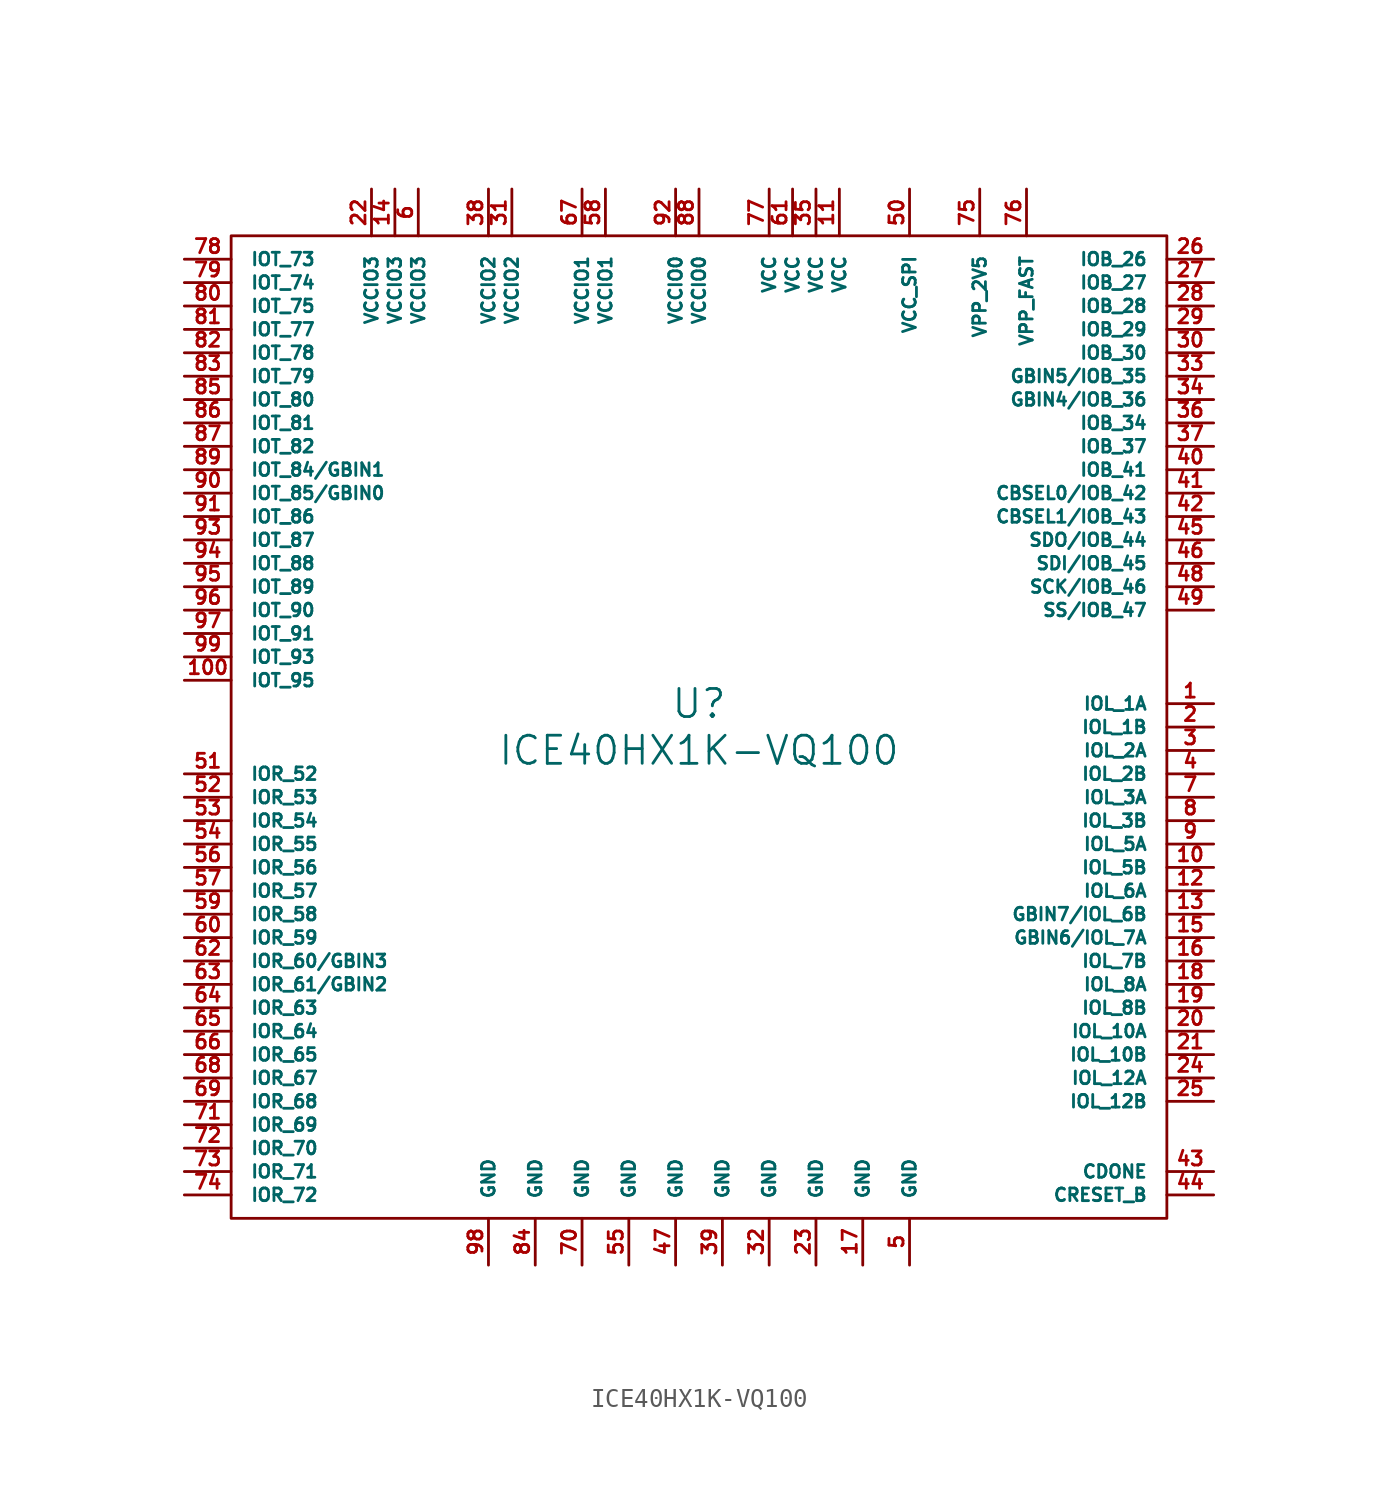
<source format=kicad_sym>
(kicad_symbol_lib
  (version 20220914)
  (generator kicad_symbol_editor)
  (symbol "ICE40HX1K-VQ100"
    (pin_names
      (offset 1.016))
    (property "Reference" "U"
      (at 0 1.27 0)
      (effects (font (size 1.524 1.524))))
    (property "Value" "ICE40HX1K-VQ100"
      (at 0 -1.27 0)
      (effects (font (size 1.524 1.524))))
    (property "Footprint" ""
      (at 0 3.81 0)
      (effects (font (size 1.524 1.524))))
    (property "Datasheet" ""
      (at 0 0 0)
      (effects (font (size 1.524 1.524))))
    (symbol "ICE40HX1K-VQ100_0_1"
      (rectangle (start -25.4 26.67) (end 25.4 -26.67) (stroke (width 0) (type solid)) (fill (type none))))
    (symbol "ICE40HX1K-VQ100_1_1"
      (pin passive line (at 27.94 1.27 180) (length 2.54) (name "IOL_1A" (effects (font (size 0.686 0.686)))) (number "1" (effects (font (size 0.762 0.762)))))
      (pin passive line (at 27.94 -7.62 180) (length 2.54) (name "IOL_5B" (effects (font (size 0.686 0.686)))) (number "10" (effects (font (size 0.762 0.762)))))
      (pin passive line (at -27.94 2.54 0) (length 2.54) (name "IOT_95" (effects (font (size 0.686 0.686)))) (number "100" (effects (font (size 0.762 0.762)))))
      (pin passive line (at 7.62 29.21 270) (length 2.54) (name "VCC" (effects (font (size 0.686 0.686)))) (number "11" (effects (font (size 0.762 0.762)))))
      (pin passive line (at 27.94 -8.89 180) (length 2.54) (name "IOL_6A" (effects (font (size 0.686 0.686)))) (number "12" (effects (font (size 0.762 0.762)))))
      (pin passive line (at 27.94 -10.16 180) (length 2.54) (name "GBIN7/IOL_6B" (effects (font (size 0.686 0.686)))) (number "13" (effects (font (size 0.762 0.762)))))
      (pin passive line (at -16.51 29.21 270) (length 2.54) (name "VCCIO3" (effects (font (size 0.686 0.686)))) (number "14" (effects (font (size 0.762 0.762)))))
      (pin passive line (at 27.94 -11.43 180) (length 2.54) (name "GBIN6/IOL_7A" (effects (font (size 0.686 0.686)))) (number "15" (effects (font (size 0.762 0.762)))))
      (pin passive line (at 27.94 -12.7 180) (length 2.54) (name "IOL_7B" (effects (font (size 0.686 0.686)))) (number "16" (effects (font (size 0.762 0.762)))))
      (pin passive line (at 8.89 -29.21 90) (length 2.54) (name "GND" (effects (font (size 0.686 0.686)))) (number "17" (effects (font (size 0.762 0.762)))))
      (pin passive line (at 27.94 -13.97 180) (length 2.54) (name "IOL_8A" (effects (font (size 0.686 0.686)))) (number "18" (effects (font (size 0.762 0.762)))))
      (pin passive line (at 27.94 -15.24 180) (length 2.54) (name "IOL_8B" (effects (font (size 0.686 0.686)))) (number "19" (effects (font (size 0.762 0.762)))))
      (pin passive line (at 27.94 0 180) (length 2.54) (name "IOL_1B" (effects (font (size 0.686 0.686)))) (number "2" (effects (font (size 0.762 0.762)))))
      (pin passive line (at 27.94 -16.51 180) (length 2.54) (name "IOL_10A" (effects (font (size 0.686 0.686)))) (number "20" (effects (font (size 0.762 0.762)))))
      (pin passive line (at 27.94 -17.78 180) (length 2.54) (name "IOL_10B" (effects (font (size 0.686 0.686)))) (number "21" (effects (font (size 0.762 0.762)))))
      (pin passive line (at -17.78 29.21 270) (length 2.54) (name "VCCIO3" (effects (font (size 0.686 0.686)))) (number "22" (effects (font (size 0.762 0.762)))))
      (pin passive line (at 6.35 -29.21 90) (length 2.54) (name "GND" (effects (font (size 0.686 0.686)))) (number "23" (effects (font (size 0.762 0.762)))))
      (pin passive line (at 27.94 -19.05 180) (length 2.54) (name "IOL_12A" (effects (font (size 0.686 0.686)))) (number "24" (effects (font (size 0.762 0.762)))))
      (pin passive line (at 27.94 -20.32 180) (length 2.54) (name "IOL_12B" (effects (font (size 0.686 0.686)))) (number "25" (effects (font (size 0.762 0.762)))))
      (pin passive line (at 27.94 25.4 180) (length 2.54) (name "IOB_26" (effects (font (size 0.686 0.686)))) (number "26" (effects (font (size 0.762 0.762)))))
      (pin passive line (at 27.94 24.13 180) (length 2.54) (name "IOB_27" (effects (font (size 0.686 0.686)))) (number "27" (effects (font (size 0.762 0.762)))))
      (pin passive line (at 27.94 22.86 180) (length 2.54) (name "IOB_28" (effects (font (size 0.686 0.686)))) (number "28" (effects (font (size 0.762 0.762)))))
      (pin passive line (at 27.94 21.59 180) (length 2.54) (name "IOB_29" (effects (font (size 0.686 0.686)))) (number "29" (effects (font (size 0.762 0.762)))))
      (pin passive line (at 27.94 -1.27 180) (length 2.54) (name "IOL_2A" (effects (font (size 0.686 0.686)))) (number "3" (effects (font (size 0.762 0.762)))))
      (pin passive line (at 27.94 20.32 180) (length 2.54) (name "IOB_30" (effects (font (size 0.686 0.686)))) (number "30" (effects (font (size 0.762 0.762)))))
      (pin passive line (at -10.16 29.21 270) (length 2.54) (name "VCCIO2" (effects (font (size 0.686 0.686)))) (number "31" (effects (font (size 0.762 0.762)))))
      (pin passive line (at 3.81 -29.21 90) (length 2.54) (name "GND" (effects (font (size 0.686 0.686)))) (number "32" (effects (font (size 0.762 0.762)))))
      (pin passive line (at 27.94 19.05 180) (length 2.54) (name "GBIN5/IOB_35" (effects (font (size 0.686 0.686)))) (number "33" (effects (font (size 0.762 0.762)))))
      (pin passive line (at 27.94 17.78 180) (length 2.54) (name "GBIN4/IOB_36" (effects (font (size 0.686 0.686)))) (number "34" (effects (font (size 0.762 0.762)))))
      (pin passive line (at 6.35 29.21 270) (length 2.54) (name "VCC" (effects (font (size 0.686 0.686)))) (number "35" (effects (font (size 0.762 0.762)))))
      (pin passive line (at 27.94 16.51 180) (length 2.54) (name "IOB_34" (effects (font (size 0.686 0.686)))) (number "36" (effects (font (size 0.762 0.762)))))
      (pin passive line (at 27.94 15.24 180) (length 2.54) (name "IOB_37" (effects (font (size 0.686 0.686)))) (number "37" (effects (font (size 0.762 0.762)))))
      (pin passive line (at -11.43 29.21 270) (length 2.54) (name "VCCIO2" (effects (font (size 0.686 0.686)))) (number "38" (effects (font (size 0.762 0.762)))))
      (pin passive line (at 1.27 -29.21 90) (length 2.54) (name "GND" (effects (font (size 0.686 0.686)))) (number "39" (effects (font (size 0.762 0.762)))))
      (pin passive line (at 27.94 -2.54 180) (length 2.54) (name "IOL_2B" (effects (font (size 0.686 0.686)))) (number "4" (effects (font (size 0.762 0.762)))))
      (pin passive line (at 27.94 13.97 180) (length 2.54) (name "IOB_41" (effects (font (size 0.686 0.686)))) (number "40" (effects (font (size 0.762 0.762)))))
      (pin passive line (at 27.94 12.7 180) (length 2.54) (name "CBSEL0/IOB_42" (effects (font (size 0.686 0.686)))) (number "41" (effects (font (size 0.762 0.762)))))
      (pin passive line (at 27.94 11.43 180) (length 2.54) (name "CBSEL1/IOB_43" (effects (font (size 0.686 0.686)))) (number "42" (effects (font (size 0.762 0.762)))))
      (pin passive line (at 27.94 -24.13 180) (length 2.54) (name "CDONE" (effects (font (size 0.686 0.686)))) (number "43" (effects (font (size 0.762 0.762)))))
      (pin passive line (at 27.94 -25.4 180) (length 2.54) (name "CRESET_B" (effects (font (size 0.686 0.686)))) (number "44" (effects (font (size 0.762 0.762)))))
      (pin passive line (at 27.94 10.16 180) (length 2.54) (name "SDO/IOB_44" (effects (font (size 0.686 0.686)))) (number "45" (effects (font (size 0.762 0.762)))))
      (pin passive line (at 27.94 8.89 180) (length 2.54) (name "SDI/IOB_45" (effects (font (size 0.686 0.686)))) (number "46" (effects (font (size 0.762 0.762)))))
      (pin passive line (at -1.27 -29.21 90) (length 2.54) (name "GND" (effects (font (size 0.686 0.686)))) (number "47" (effects (font (size 0.762 0.762)))))
      (pin passive line (at 27.94 7.62 180) (length 2.54) (name "SCK/IOB_46" (effects (font (size 0.686 0.686)))) (number "48" (effects (font (size 0.762 0.762)))))
      (pin passive line (at 27.94 6.35 180) (length 2.54) (name "SS/IOB_47" (effects (font (size 0.686 0.686)))) (number "49" (effects (font (size 0.762 0.762)))))
      (pin passive line (at 11.43 -29.21 90) (length 2.54) (name "GND" (effects (font (size 0.686 0.686)))) (number "5" (effects (font (size 0.762 0.762)))))
      (pin passive line (at 11.43 29.21 270) (length 2.54) (name "VCC_SPI" (effects (font (size 0.686 0.686)))) (number "50" (effects (font (size 0.762 0.762)))))
      (pin passive line (at -27.94 -2.54 0) (length 2.54) (name "IOR_52" (effects (font (size 0.686 0.686)))) (number "51" (effects (font (size 0.762 0.762)))))
      (pin passive line (at -27.94 -3.81 0) (length 2.54) (name "IOR_53" (effects (font (size 0.686 0.686)))) (number "52" (effects (font (size 0.762 0.762)))))
      (pin passive line (at -27.94 -5.08 0) (length 2.54) (name "IOR_54" (effects (font (size 0.686 0.686)))) (number "53" (effects (font (size 0.762 0.762)))))
      (pin passive line (at -27.94 -6.35 0) (length 2.54) (name "IOR_55" (effects (font (size 0.686 0.686)))) (number "54" (effects (font (size 0.762 0.762)))))
      (pin passive line (at -3.81 -29.21 90) (length 2.54) (name "GND" (effects (font (size 0.686 0.686)))) (number "55" (effects (font (size 0.762 0.762)))))
      (pin passive line (at -27.94 -7.62 0) (length 2.54) (name "IOR_56" (effects (font (size 0.686 0.686)))) (number "56" (effects (font (size 0.762 0.762)))))
      (pin passive line (at -27.94 -8.89 0) (length 2.54) (name "IOR_57" (effects (font (size 0.686 0.686)))) (number "57" (effects (font (size 0.762 0.762)))))
      (pin passive line (at -5.08 29.21 270) (length 2.54) (name "VCCIO1" (effects (font (size 0.686 0.686)))) (number "58" (effects (font (size 0.762 0.762)))))
      (pin passive line (at -27.94 -10.16 0) (length 2.54) (name "IOR_58" (effects (font (size 0.686 0.686)))) (number "59" (effects (font (size 0.762 0.762)))))
      (pin passive line (at -15.24 29.21 270) (length 2.54) (name "VCCIO3" (effects (font (size 0.686 0.686)))) (number "6" (effects (font (size 0.762 0.762)))))
      (pin passive line (at -27.94 -11.43 0) (length 2.54) (name "IOR_59" (effects (font (size 0.686 0.686)))) (number "60" (effects (font (size 0.762 0.762)))))
      (pin passive line (at 5.08 29.21 270) (length 2.54) (name "VCC" (effects (font (size 0.686 0.686)))) (number "61" (effects (font (size 0.762 0.762)))))
      (pin passive line (at -27.94 -12.7 0) (length 2.54) (name "IOR_60/GBIN3" (effects (font (size 0.686 0.686)))) (number "62" (effects (font (size 0.762 0.762)))))
      (pin passive line (at -27.94 -13.97 0) (length 2.54) (name "IOR_61/GBIN2" (effects (font (size 0.686 0.686)))) (number "63" (effects (font (size 0.762 0.762)))))
      (pin passive line (at -27.94 -15.24 0) (length 2.54) (name "IOR_63" (effects (font (size 0.686 0.686)))) (number "64" (effects (font (size 0.762 0.762)))))
      (pin passive line (at -27.94 -16.51 0) (length 2.54) (name "IOR_64" (effects (font (size 0.686 0.686)))) (number "65" (effects (font (size 0.762 0.762)))))
      (pin passive line (at -27.94 -17.78 0) (length 2.54) (name "IOR_65" (effects (font (size 0.686 0.686)))) (number "66" (effects (font (size 0.762 0.762)))))
      (pin passive line (at -6.35 29.21 270) (length 2.54) (name "VCCIO1" (effects (font (size 0.686 0.686)))) (number "67" (effects (font (size 0.762 0.762)))))
      (pin passive line (at -27.94 -19.05 0) (length 2.54) (name "IOR_67" (effects (font (size 0.686 0.686)))) (number "68" (effects (font (size 0.762 0.762)))))
      (pin passive line (at -27.94 -20.32 0) (length 2.54) (name "IOR_68" (effects (font (size 0.686 0.686)))) (number "69" (effects (font (size 0.762 0.762)))))
      (pin passive line (at 27.94 -3.81 180) (length 2.54) (name "IOL_3A" (effects (font (size 0.686 0.686)))) (number "7" (effects (font (size 0.762 0.762)))))
      (pin passive line (at -6.35 -29.21 90) (length 2.54) (name "GND" (effects (font (size 0.686 0.686)))) (number "70" (effects (font (size 0.762 0.762)))))
      (pin passive line (at -27.94 -21.59 0) (length 2.54) (name "IOR_69" (effects (font (size 0.686 0.686)))) (number "71" (effects (font (size 0.762 0.762)))))
      (pin passive line (at -27.94 -22.86 0) (length 2.54) (name "IOR_70" (effects (font (size 0.686 0.686)))) (number "72" (effects (font (size 0.762 0.762)))))
      (pin passive line (at -27.94 -24.13 0) (length 2.54) (name "IOR_71" (effects (font (size 0.686 0.686)))) (number "73" (effects (font (size 0.762 0.762)))))
      (pin passive line (at -27.94 -25.4 0) (length 2.54) (name "IOR_72" (effects (font (size 0.686 0.686)))) (number "74" (effects (font (size 0.762 0.762)))))
      (pin passive line (at 15.24 29.21 270) (length 2.54) (name "VPP_2V5" (effects (font (size 0.686 0.686)))) (number "75" (effects (font (size 0.762 0.762)))))
      (pin passive line (at 17.78 29.21 270) (length 2.54) (name "VPP_FAST" (effects (font (size 0.686 0.686)))) (number "76" (effects (font (size 0.762 0.762)))))
      (pin passive line (at 3.81 29.21 270) (length 2.54) (name "VCC" (effects (font (size 0.686 0.686)))) (number "77" (effects (font (size 0.762 0.762)))))
      (pin passive line (at -27.94 25.4 0) (length 2.54) (name "IOT_73" (effects (font (size 0.686 0.686)))) (number "78" (effects (font (size 0.762 0.762)))))
      (pin passive line (at -27.94 24.13 0) (length 2.54) (name "IOT_74" (effects (font (size 0.686 0.686)))) (number "79" (effects (font (size 0.762 0.762)))))
      (pin passive line (at 27.94 -5.08 180) (length 2.54) (name "IOL_3B" (effects (font (size 0.686 0.686)))) (number "8" (effects (font (size 0.762 0.762)))))
      (pin passive line (at -27.94 22.86 0) (length 2.54) (name "IOT_75" (effects (font (size 0.686 0.686)))) (number "80" (effects (font (size 0.762 0.762)))))
      (pin passive line (at -27.94 21.59 0) (length 2.54) (name "IOT_77" (effects (font (size 0.686 0.686)))) (number "81" (effects (font (size 0.762 0.762)))))
      (pin passive line (at -27.94 20.32 0) (length 2.54) (name "IOT_78" (effects (font (size 0.686 0.686)))) (number "82" (effects (font (size 0.762 0.762)))))
      (pin passive line (at -27.94 19.05 0) (length 2.54) (name "IOT_79" (effects (font (size 0.686 0.686)))) (number "83" (effects (font (size 0.762 0.762)))))
      (pin passive line (at -8.89 -29.21 90) (length 2.54) (name "GND" (effects (font (size 0.686 0.686)))) (number "84" (effects (font (size 0.762 0.762)))))
      (pin passive line (at -27.94 17.78 0) (length 2.54) (name "IOT_80" (effects (font (size 0.686 0.686)))) (number "85" (effects (font (size 0.762 0.762)))))
      (pin passive line (at -27.94 16.51 0) (length 2.54) (name "IOT_81" (effects (font (size 0.686 0.686)))) (number "86" (effects (font (size 0.762 0.762)))))
      (pin passive line (at -27.94 15.24 0) (length 2.54) (name "IOT_82" (effects (font (size 0.686 0.686)))) (number "87" (effects (font (size 0.762 0.762)))))
      (pin passive line (at 0 29.21 270) (length 2.54) (name "VCCIO0" (effects (font (size 0.686 0.686)))) (number "88" (effects (font (size 0.762 0.762)))))
      (pin passive line (at -27.94 13.97 0) (length 2.54) (name "IOT_84/GBIN1" (effects (font (size 0.686 0.686)))) (number "89" (effects (font (size 0.762 0.762)))))
      (pin passive line (at 27.94 -6.35 180) (length 2.54) (name "IOL_5A" (effects (font (size 0.686 0.686)))) (number "9" (effects (font (size 0.762 0.762)))))
      (pin passive line (at -27.94 12.7 0) (length 2.54) (name "IOT_85/GBIN0" (effects (font (size 0.686 0.686)))) (number "90" (effects (font (size 0.762 0.762)))))
      (pin passive line (at -27.94 11.43 0) (length 2.54) (name "IOT_86" (effects (font (size 0.686 0.686)))) (number "91" (effects (font (size 0.762 0.762)))))
      (pin passive line (at -1.27 29.21 270) (length 2.54) (name "VCCIO0" (effects (font (size 0.686 0.686)))) (number "92" (effects (font (size 0.762 0.762)))))
      (pin passive line (at -27.94 10.16 0) (length 2.54) (name "IOT_87" (effects (font (size 0.686 0.686)))) (number "93" (effects (font (size 0.762 0.762)))))
      (pin passive line (at -27.94 8.89 0) (length 2.54) (name "IOT_88" (effects (font (size 0.686 0.686)))) (number "94" (effects (font (size 0.762 0.762)))))
      (pin passive line (at -27.94 7.62 0) (length 2.54) (name "IOT_89" (effects (font (size 0.686 0.686)))) (number "95" (effects (font (size 0.762 0.762)))))
      (pin passive line (at -27.94 6.35 0) (length 2.54) (name "IOT_90" (effects (font (size 0.686 0.686)))) (number "96" (effects (font (size 0.762 0.762)))))
      (pin passive line (at -27.94 5.08 0) (length 2.54) (name "IOT_91" (effects (font (size 0.686 0.686)))) (number "97" (effects (font (size 0.762 0.762)))))
      (pin passive line (at -11.43 -29.21 90) (length 2.54) (name "GND" (effects (font (size 0.686 0.686)))) (number "98" (effects (font (size 0.762 0.762)))))
      (pin passive line (at -27.94 3.81 0) (length 2.54) (name "IOT_93" (effects (font (size 0.686 0.686)))) (number "99" (effects (font (size 0.762 0.762))))))))
</source>
